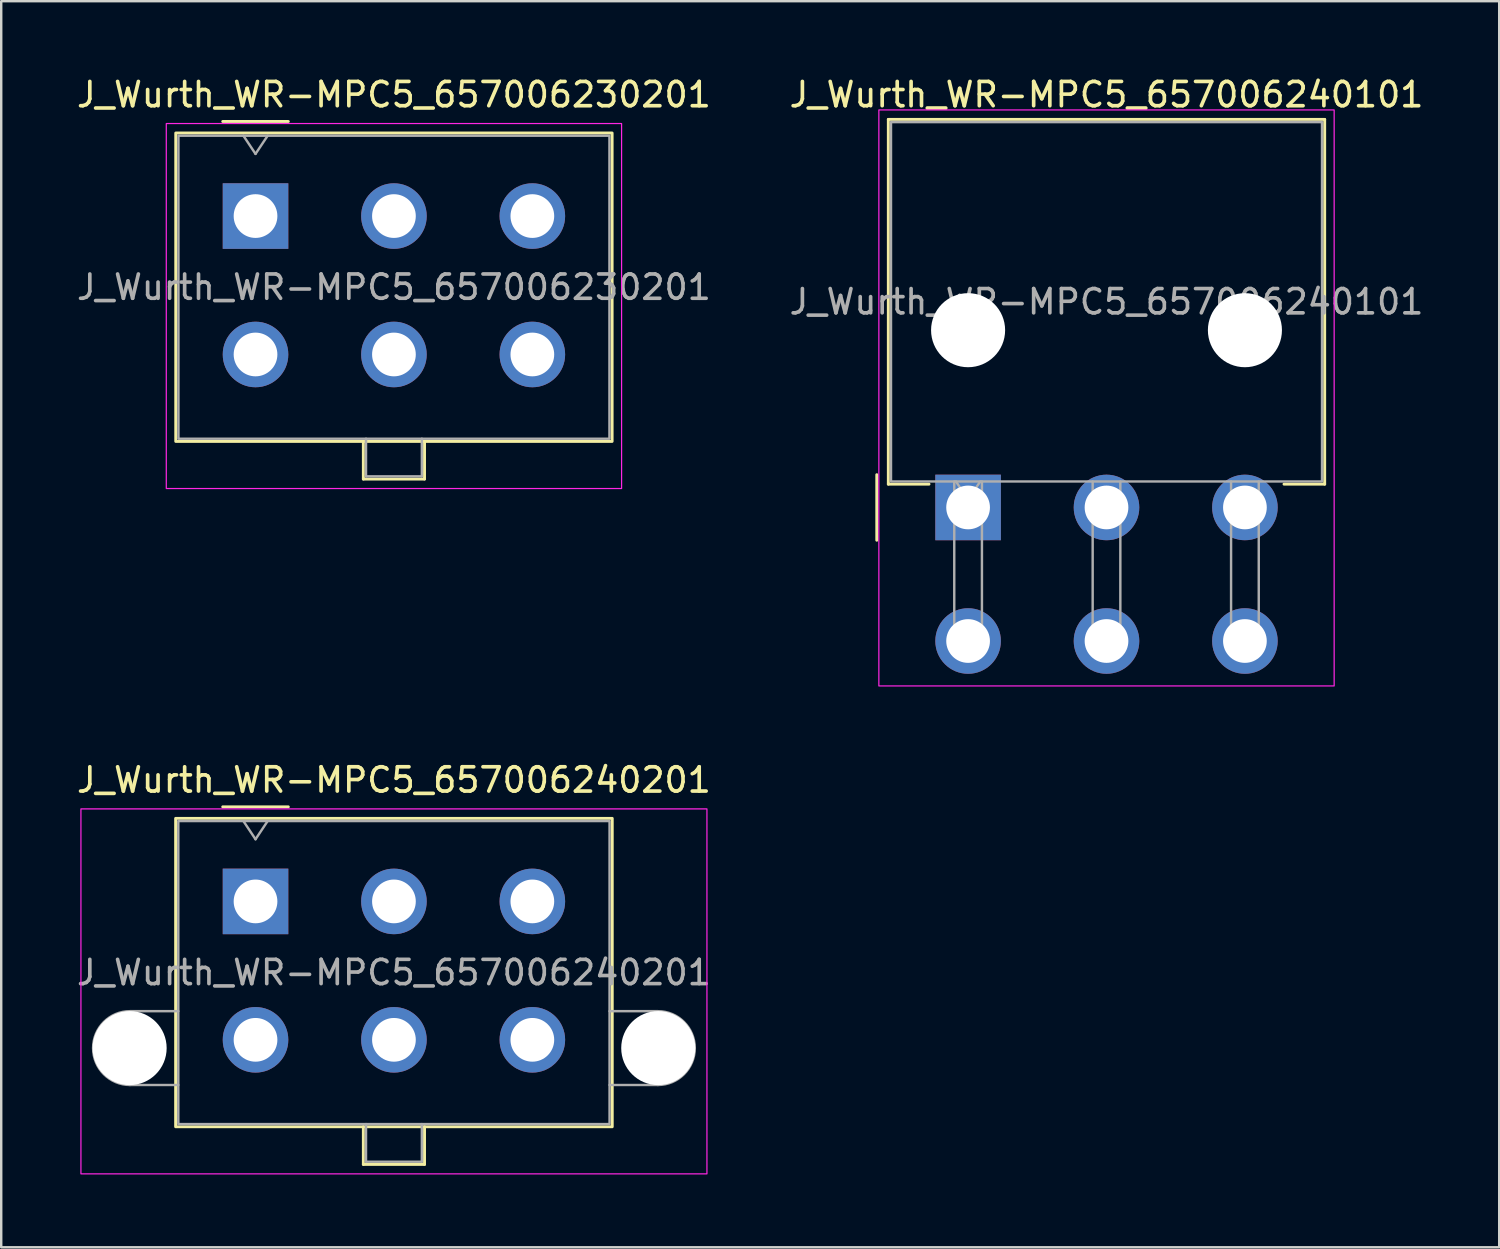
<source format=kicad_pcb>
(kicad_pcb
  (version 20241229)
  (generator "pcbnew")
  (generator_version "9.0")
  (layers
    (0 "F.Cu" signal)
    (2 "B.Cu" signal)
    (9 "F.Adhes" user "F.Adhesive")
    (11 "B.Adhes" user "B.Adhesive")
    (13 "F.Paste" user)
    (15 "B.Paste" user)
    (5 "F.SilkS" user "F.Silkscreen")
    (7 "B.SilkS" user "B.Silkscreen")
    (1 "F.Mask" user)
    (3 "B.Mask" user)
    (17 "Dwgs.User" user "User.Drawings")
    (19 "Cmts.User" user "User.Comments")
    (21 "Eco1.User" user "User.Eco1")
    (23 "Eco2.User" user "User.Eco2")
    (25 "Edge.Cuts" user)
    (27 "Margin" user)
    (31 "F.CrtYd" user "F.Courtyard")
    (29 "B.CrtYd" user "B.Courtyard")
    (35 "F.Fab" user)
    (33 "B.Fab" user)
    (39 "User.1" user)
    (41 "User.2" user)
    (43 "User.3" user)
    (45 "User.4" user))
  (footprint "J_Wurth_WR-MPC5_657006240101"
    (layer "F.Cu")
    (at 36.818 17.848)
    (property "Reference" "J_Wurth_WR-MPC5_657006240101" (at 5.7 -17 0) (unlocked yes) (layer "F.SilkS") (effects (font (size 1 1) (thickness 0.15))))
    (attr through_hole)
    (fp_line (start -3.76 -1.35) (end -3.76 1.35) (stroke (width 0.12) (type solid)) (layer "F.SilkS"))
    (fp_line (start -3.285 -15.98) (end -3.285 -0.96) (stroke (width 0.12) (type solid)) (layer "F.SilkS"))
    (fp_line (start -3.285 -15.98) (end 14.685 -15.98) (stroke (width 0.12) (type solid)) (layer "F.SilkS"))
    (fp_line (start -1.61 -0.96) (end -3.285 -0.96) (stroke (width 0.12) (type solid)) (layer "F.SilkS"))
    (fp_line (start 14.685 -15.98) (end 14.685 -0.96) (stroke (width 0.12) (type solid)) (layer "F.SilkS"))
    (fp_line (start 14.685 -0.96) (end 13.01 -0.96) (stroke (width 0.12) (type solid)) (layer "F.SilkS"))
    (fp_rect (start -3.675 -16.37) (end 15.075 7.35) (stroke (width 0.05) (type solid)) (fill no) (layer "F.CrtYd"))
    (fp_line (start -0.57 0.57) (end -0.57 -1.07) (stroke (width 0.1) (type solid)) (layer "F.Fab"))
    (fp_line (start -0.57 0.57) (end 0.57 0.57) (stroke (width 0.1) (type solid)) (layer "F.Fab"))
    (fp_line (start -0.57 6.07) (end -0.57 0.57) (stroke (width 0.1) (type solid)) (layer "F.Fab"))
    (fp_line (start 0 -0.32) (end -0.5 -1.07) (stroke (width 0.1) (type solid)) (layer "F.Fab"))
    (fp_line (start 0 -0.32) (end 0.5 -1.07) (stroke (width 0.1) (type solid)) (layer "F.Fab"))
    (fp_line (start 0.57 0.57) (end 0.57 -1.07) (stroke (width 0.1) (type solid)) (layer "F.Fab"))
    (fp_line (start 0.57 6.07) (end -0.57 6.07) (stroke (width 0.1) (type solid)) (layer "F.Fab"))
    (fp_line (start 0.57 6.07) (end 0.57 0.57) (stroke (width 0.1) (type solid)) (layer "F.Fab"))
    (fp_line (start 5.13 0.57) (end 5.13 -1.07) (stroke (width 0.1) (type solid)) (layer "F.Fab"))
    (fp_line (start 5.13 0.57) (end 6.27 0.57) (stroke (width 0.1) (type solid)) (layer "F.Fab"))
    (fp_line (start 5.13 6.07) (end 5.13 0.57) (stroke (width 0.1) (type solid)) (layer "F.Fab"))
    (fp_line (start 6.27 0.57) (end 6.27 -1.07) (stroke (width 0.1) (type solid)) (layer "F.Fab"))
    (fp_line (start 6.27 6.07) (end 5.13 6.07) (stroke (width 0.1) (type solid)) (layer "F.Fab"))
    (fp_line (start 6.27 6.07) (end 6.27 0.57) (stroke (width 0.1) (type solid)) (layer "F.Fab"))
    (fp_line (start 10.83 0.57) (end 10.83 -1.07) (stroke (width 0.1) (type solid)) (layer "F.Fab"))
    (fp_line (start 10.83 0.57) (end 11.97 0.57) (stroke (width 0.1) (type solid)) (layer "F.Fab"))
    (fp_line (start 10.83 6.07) (end 10.83 0.57) (stroke (width 0.1) (type solid)) (layer "F.Fab"))
    (fp_line (start 11.97 0.57) (end 11.97 -1.07) (stroke (width 0.1) (type solid)) (layer "F.Fab"))
    (fp_line (start 11.97 6.07) (end 10.83 6.07) (stroke (width 0.1) (type solid)) (layer "F.Fab"))
    (fp_line (start 11.97 6.07) (end 11.97 0.57) (stroke (width 0.1) (type solid)) (layer "F.Fab"))
    (fp_rect (start -3.175 -15.87) (end 14.575 -1.07) (stroke (width 0.1) (type solid)) (fill no) (layer "F.Fab"))
    (fp_text user "${REFERENCE}" (at 5.7 -8.47 0) (unlocked yes) (layer "F.Fab") (effects (font (size 1 1) (thickness 0.15))))
    (pad "" np_thru_hole circle (at 0 -7.3 180) (size 3.05 3.05) (drill 3.05) (layers "*.Cu" "*.Mask"))
    (pad "" np_thru_hole circle (at 11.4 -7.3 180) (size 3.05 3.05) (drill 3.05) (layers "*.Cu" "*.Mask"))
    (pad "1" thru_hole rect (at 0 0 180) (size 2.7 2.7) (drill 1.8) (layers "*.Cu" "*.Mask"))
    (pad "2" thru_hole circle (at 5.7 0 180) (size 2.7 2.7) (drill 1.8) (layers "*.Cu" "*.Mask"))
    (pad "3" thru_hole circle (at 11.4 0 180) (size 2.7 2.7) (drill 1.8) (layers "*.Cu" "*.Mask"))
    (pad "4" thru_hole circle (at 0 5.5 180) (size 2.7 2.7) (drill 1.8) (layers "*.Cu" "*.Mask"))
    (pad "5" thru_hole circle (at 5.7 5.5 180) (size 2.7 2.7) (drill 1.8) (layers "*.Cu" "*.Mask"))
    (pad "6" thru_hole circle (at 11.4 5.5 180) (size 2.7 2.7) (drill 1.8) (layers "*.Cu" "*.Mask")))
  (footprint "J_Wurth_WR-MPC5_657006240201"
    (layer "F.Cu")
    (at 7.473 34.072)
    (property "Reference" "J_Wurth_WR-MPC5_657006240201" (at 5.7 -5 0) (unlocked yes) (layer "F.SilkS") (effects (font (size 1 1) (thickness 0.15))))
    (attr through_hole)
    (fp_line (start -1.35 -3.895) (end 1.35 -3.895) (stroke (width 0.12) (type solid)) (layer "F.SilkS"))
    (fp_line (start 4.44 9.28) (end 4.44 10.83) (stroke (width 0.12) (type solid)) (layer "F.SilkS"))
    (fp_line (start 6.96 9.28) (end 6.96 10.83) (stroke (width 0.12) (type solid)) (layer "F.SilkS"))
    (fp_line (start 6.96 10.83) (end 4.44 10.83) (stroke (width 0.12) (type solid)) (layer "F.SilkS"))
    (fp_rect (start -3.29 -3.42) (end 14.69 9.28) (stroke (width 0.12) (type solid)) (fill no) (layer "F.SilkS"))
    (fp_rect (start -7.19 -3.81) (end 18.59 11.22) (stroke (width 0.05) (type solid)) (fill no) (layer "F.CrtYd"))
    (fp_line (start -5.17 4.52) (end -3.18 4.52) (stroke (width 0.1) (type solid)) (layer "F.Fab"))
    (fp_line (start -5.17 7.56) (end -3.18 7.56) (stroke (width 0.1) (type solid)) (layer "F.Fab"))
    (fp_line (start 0 -2.56) (end -0.5 -3.31) (stroke (width 0.1) (type solid)) (layer "F.Fab"))
    (fp_line (start 0 -2.56) (end 0.5 -3.31) (stroke (width 0.1) (type solid)) (layer "F.Fab"))
    (fp_line (start 4.55 10.72) (end 4.55 9.17) (stroke (width 0.1) (type solid)) (layer "F.Fab"))
    (fp_line (start 6.85 9.17) (end 6.85 10.72) (stroke (width 0.1) (type solid)) (layer "F.Fab"))
    (fp_line (start 6.85 10.72) (end 4.55 10.72) (stroke (width 0.1) (type solid)) (layer "F.Fab"))
    (fp_line (start 16.57 4.52) (end 14.58 4.52) (stroke (width 0.1) (type solid)) (layer "F.Fab"))
    (fp_line (start 16.57 7.56) (end 14.58 7.56) (stroke (width 0.1) (type solid)) (layer "F.Fab"))
    (fp_rect (start -3.18 -3.31) (end 14.58 9.17) (stroke (width 0.1) (type solid)) (fill no) (layer "F.Fab"))
    (fp_arc (start -5.17 7.56) (mid -6.69 6.04) (end -5.17 4.52) (stroke (width 0.1) (type solid)) (layer "F.Fab"))
    (fp_arc (start 16.57 4.52) (mid 18.09 6.04) (end 16.57 7.56) (stroke (width 0.1) (type solid)) (layer "F.Fab"))
    (fp_text user "${REFERENCE}" (at 5.7 2.93 0) (unlocked yes) (layer "F.Fab") (effects (font (size 1 1) (thickness 0.15))))
    (pad "" np_thru_hole circle (at -5.185 6.04 180) (size 3.05 3.05) (drill 3.05) (layers "*.Cu" "*.Mask"))
    (pad "" np_thru_hole circle (at 16.585 6.04 180) (size 3.05 3.05) (drill 3.05) (layers "*.Cu" "*.Mask"))
    (pad "1" thru_hole rect (at 0 0 180) (size 2.7 2.7) (drill 1.8) (layers "*.Cu" "*.Mask"))
    (pad "2" thru_hole circle (at 5.7 0 180) (size 2.7 2.7) (drill 1.8) (layers "*.Cu" "*.Mask"))
    (pad "3" thru_hole circle (at 11.4 0 180) (size 2.7 2.7) (drill 1.8) (layers "*.Cu" "*.Mask"))
    (pad "4" thru_hole circle (at 0 5.7 180) (size 2.7 2.7) (drill 1.8) (layers "*.Cu" "*.Mask"))
    (pad "5" thru_hole circle (at 5.7 5.7 180) (size 2.7 2.7) (drill 1.8) (layers "*.Cu" "*.Mask"))
    (pad "6" thru_hole circle (at 11.4 5.7 180) (size 2.7 2.7) (drill 1.8) (layers "*.Cu" "*.Mask")))
  (footprint "J_Wurth_WR-MPC5_657006230201"
    (layer "F.Cu")
    (at 7.473 5.848)
    (property "Reference" "J_Wurth_WR-MPC5_657006230201" (at 5.7 -5 0) (unlocked yes) (layer "F.SilkS") (effects (font (size 1 1) (thickness 0.15))))
    (attr through_hole)
    (fp_line (start -1.35 -3.895) (end 1.35 -3.895) (stroke (width 0.12) (type solid)) (layer "F.SilkS"))
    (fp_line (start 4.44 9.28) (end 4.44 10.83) (stroke (width 0.12) (type solid)) (layer "F.SilkS"))
    (fp_line (start 4.44 10.83) (end 6.96 10.83) (stroke (width 0.12) (type solid)) (layer "F.SilkS"))
    (fp_line (start 6.96 9.28) (end 6.96 10.83) (stroke (width 0.12) (type solid)) (layer "F.SilkS"))
    (fp_rect (start -3.285 -3.42) (end 14.685 9.28) (stroke (width 0.12) (type solid)) (fill no) (layer "F.SilkS"))
    (fp_rect (start -3.675 -3.81) (end 15.075 11.22) (stroke (width 0.05) (type solid)) (fill no) (layer "F.CrtYd"))
    (fp_line (start 0 -2.56) (end -0.5 -3.31) (stroke (width 0.1) (type solid)) (layer "F.Fab"))
    (fp_line (start 0 -2.56) (end 0.5 -3.31) (stroke (width 0.1) (type solid)) (layer "F.Fab"))
    (fp_line (start 4.55 10.72) (end 4.55 9.17) (stroke (width 0.1) (type solid)) (layer "F.Fab"))
    (fp_line (start 6.85 9.17) (end 6.85 10.72) (stroke (width 0.1) (type solid)) (layer "F.Fab"))
    (fp_line (start 6.85 10.72) (end 4.55 10.72) (stroke (width 0.1) (type solid)) (layer "F.Fab"))
    (fp_rect (start -3.175 -3.31) (end 14.575 9.17) (stroke (width 0.1) (type solid)) (fill no) (layer "F.Fab"))
    (fp_text user "${REFERENCE}" (at 5.7 2.93 0) (unlocked yes) (layer "F.Fab") (effects (font (size 1 1) (thickness 0.15))))
    (pad "1" thru_hole rect (at 0 0 180) (size 2.7 2.7) (drill 1.8) (layers "*.Cu" "*.Mask"))
    (pad "2" thru_hole oval (at 5.7 0 180) (size 2.7 2.7) (drill 1.8) (layers "*.Cu" "*.Mask"))
    (pad "3" thru_hole oval (at 11.4 0 180) (size 2.7 2.7) (drill 1.8) (layers "*.Cu" "*.Mask"))
    (pad "4" thru_hole circle (at 0 5.7 180) (size 2.7 2.7) (drill 1.8) (layers "*.Cu" "*.Mask"))
    (pad "5" thru_hole circle (at 5.7 5.7 180) (size 2.7 2.7) (drill 1.8) (layers "*.Cu" "*.Mask"))
    (pad "6" thru_hole circle (at 11.4 5.7 180) (size 2.7 2.7) (drill 1.8) (layers "*.Cu" "*.Mask")))
  (gr_rect
    (start -3 -3)
    (end 58.69 48.316)
    (stroke (width 0.1) (type default))
    (fill no)
    (layer "Edge.Cuts")))
</source>
